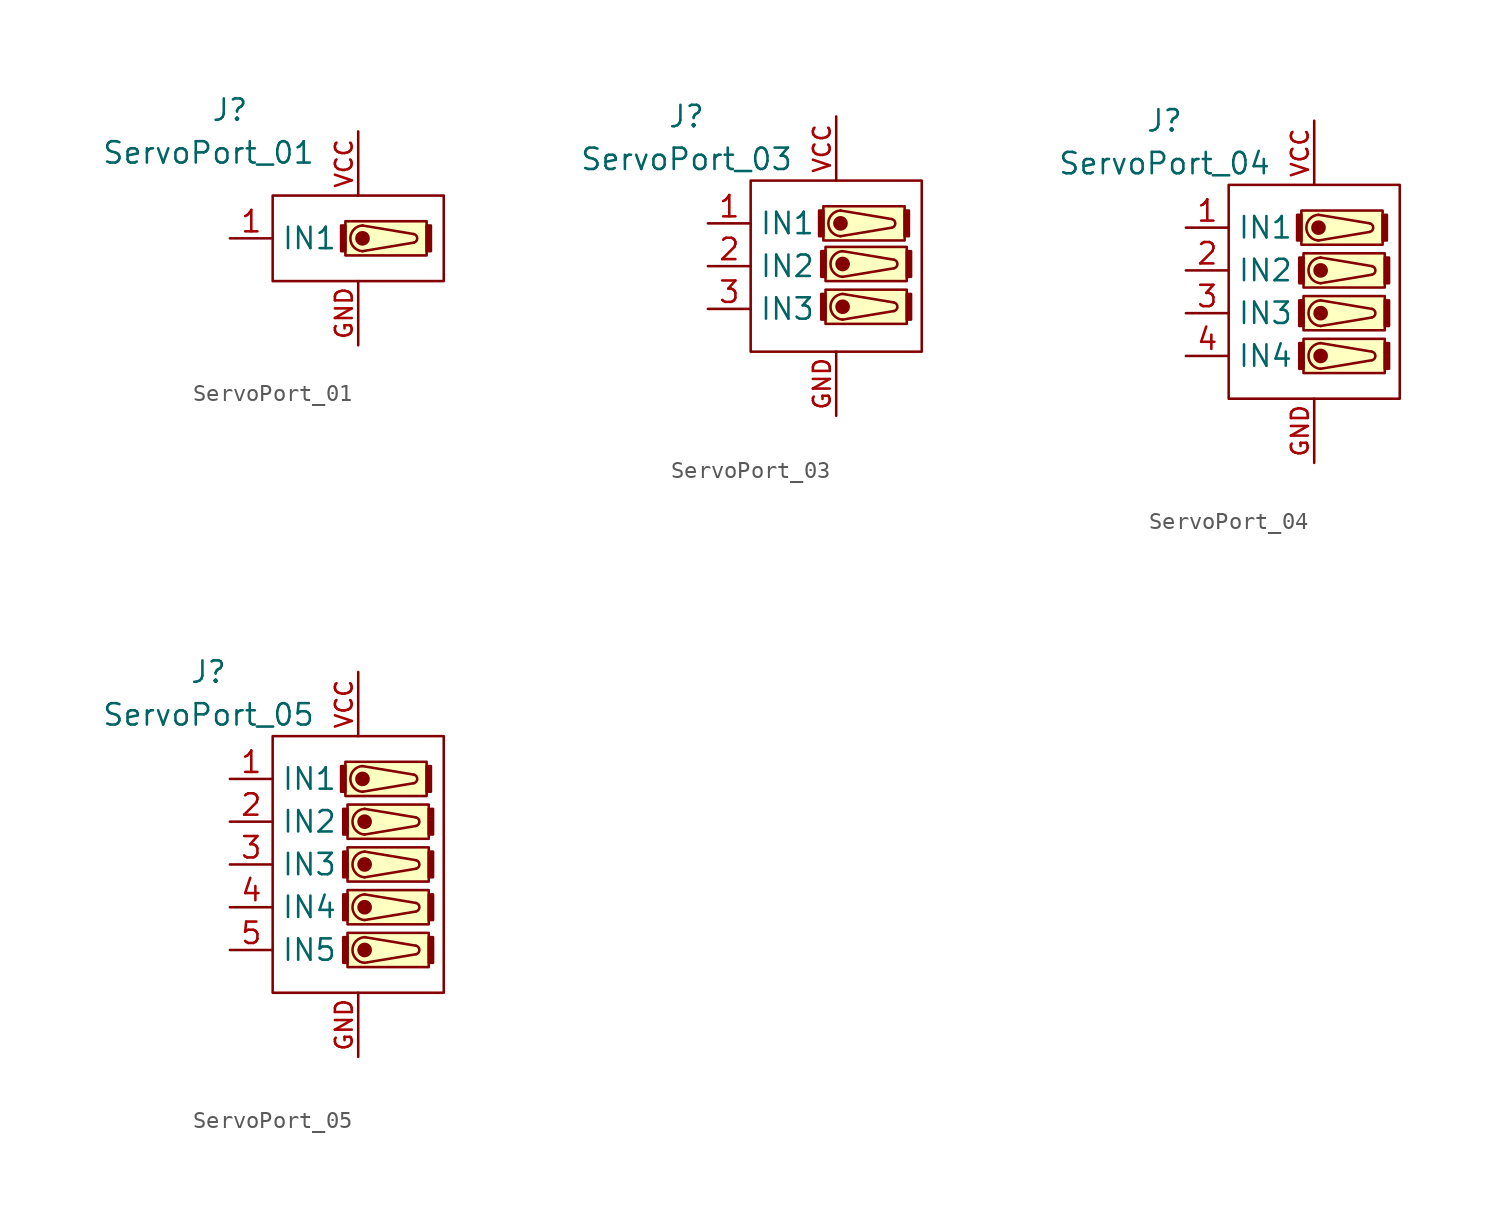
<source format=kicad_sym>
(kicad_symbol_lib
  (version 20220914)
  (generator kicad_symbol_editor)
  (symbol "ServoPort_01"
    (property "Reference" "J"
      (at -7.62 7.62 0)
      (effects (font (size 1.27 1.27))))
    (property "Value" "ServoPort_01"
      (at -8.89 5.08 0)
      (effects (font (size 1.27 1.27))))
    (symbol "ServoPort_01_0_1"
      (rectangle (start -5.08 2.54) (end 5.08 -2.54) (stroke (width 0) (type default)) (fill (type none)))
      (rectangle (start -0.762 0.762) (end -1.016 -0.762) (stroke (width 0) (type default)) (fill (type outline)))
      (rectangle (start -0.762 1.016) (end 4.064 -1.016) (stroke (width 0) (type default)) (fill (type background)))
      (polyline (pts (xy 0.254 0.762) (xy 3.302 0.254)) (stroke (width 0) (type default)) (fill (type none)))
      (polyline (pts (xy 3.302 -0.254) (xy 0.254 -0.762)) (stroke (width 0) (type default)) (fill (type none)))
      (circle (center 0.254 0) (radius 0.359) (stroke (width 0) (type default)) (fill (type outline)))
      (arc (start 0.254 0.762) (mid -0.4664 0) (end 0.254 -0.762) (stroke (width 0) (type default)) (fill (type none)))
      (arc (start 3.302 -0.254) (mid 3.5069 0) (end 3.302 0.254) (stroke (width 0) (type default)) (fill (type none)))
      (rectangle (start 4.064 0.762) (end 4.318 -0.762) (stroke (width 0) (type default)) (fill (type outline))))
    (symbol "ServoPort_01_1_1"
      (pin input line (at -7.62 0 0) (length 2.54) (name "IN1" (effects (font (size 1.27 1.27)))) (number "1" (effects (font (size 1.27 1.27)))))
      (pin power_in line (at 0 -6.35 90) (length 3.81) (name "" (effects (font (size 1 1)))) (number "GND" (effects (font (size 1 1)))))
      (pin power_in line (at 0 6.35 270) (length 3.81) (name "" (effects (font (size 1 1)))) (number "VCC" (effects (font (size 1 1)))))))
  (symbol "ServoPort_03"
    (property "Reference" "J"
      (at -8.89 8.89 0)
      (effects (font (size 1.27 1.27))))
    (property "Value" "ServoPort_03"
      (at -8.89 6.35 0)
      (effects (font (size 1.27 1.27))))
    (symbol "ServoPort_03_0_1"
      (rectangle (start -5.08 5.08) (end 5.08 -5.08) (stroke (width 0) (type default)) (fill (type none)))
      (rectangle (start -0.762 3.302) (end -1.016 1.778) (stroke (width 0) (type default)) (fill (type outline)))
      (rectangle (start -0.762 3.556) (end 4.064 1.524) (stroke (width 0) (type default)) (fill (type background)))
      (rectangle (start -0.635 -1.651) (end -0.889 -3.175) (stroke (width 0) (type default)) (fill (type outline)))
      (rectangle (start -0.635 -1.397) (end 4.191 -3.429) (stroke (width 0) (type default)) (fill (type background)))
      (rectangle (start -0.635 0.889) (end -0.889 -0.635) (stroke (width 0) (type default)) (fill (type outline)))
      (rectangle (start -0.635 1.143) (end 4.191 -0.889) (stroke (width 0) (type default)) (fill (type background)))
      (polyline (pts (xy 0.254 3.302) (xy 3.302 2.794)) (stroke (width 0) (type default)) (fill (type none)))
      (polyline (pts (xy 0.381 -1.651) (xy 3.429 -2.159)) (stroke (width 0) (type default)) (fill (type none)))
      (polyline (pts (xy 0.381 0.889) (xy 3.429 0.381)) (stroke (width 0) (type default)) (fill (type none)))
      (polyline (pts (xy 3.302 2.286) (xy 0.254 1.778)) (stroke (width 0) (type default)) (fill (type none)))
      (polyline (pts (xy 3.429 -2.667) (xy 0.381 -3.175)) (stroke (width 0) (type default)) (fill (type none)))
      (polyline (pts (xy 3.429 -0.127) (xy 0.381 -0.635)) (stroke (width 0) (type default)) (fill (type none)))
      (circle (center 0.254 2.54) (radius 0.359) (stroke (width 0) (type default)) (fill (type outline)))
      (arc (start 0.254 3.302) (mid -0.4664 2.54) (end 0.254 1.778) (stroke (width 0) (type default)) (fill (type none)))
      (circle (center 0.381 -2.413) (radius 0.359) (stroke (width 0) (type default)) (fill (type outline)))
      (arc (start 0.381 -1.651) (mid -0.3394 -2.413) (end 0.381 -3.175) (stroke (width 0) (type default)) (fill (type none)))
      (circle (center 0.381 0.127) (radius 0.359) (stroke (width 0) (type default)) (fill (type outline)))
      (arc (start 0.381 0.889) (mid -0.3394 0.127) (end 0.381 -0.635) (stroke (width 0) (type default)) (fill (type none)))
      (arc (start 3.302 2.286) (mid 3.5069 2.54) (end 3.302 2.794) (stroke (width 0) (type default)) (fill (type none)))
      (arc (start 3.429 -2.667) (mid 3.6339 -2.413) (end 3.429 -2.159) (stroke (width 0) (type default)) (fill (type none)))
      (arc (start 3.429 -0.127) (mid 3.6339 0.127) (end 3.429 0.381) (stroke (width 0) (type default)) (fill (type none)))
      (rectangle (start 4.064 3.302) (end 4.318 1.778) (stroke (width 0) (type default)) (fill (type outline)))
      (rectangle (start 4.191 -1.651) (end 4.445 -3.175) (stroke (width 0) (type default)) (fill (type outline)))
      (rectangle (start 4.191 0.889) (end 4.445 -0.635) (stroke (width 0) (type default)) (fill (type outline))))
    (symbol "ServoPort_03_1_1"
      (pin input line (at -7.62 2.54 0) (length 2.54) (name "IN1" (effects (font (size 1.27 1.27)))) (number "1" (effects (font (size 1.27 1.27)))))
      (pin input line (at -7.62 0 0) (length 2.54) (name "IN2" (effects (font (size 1.27 1.27)))) (number "2" (effects (font (size 1.27 1.27)))))
      (pin input line (at -7.62 -2.54 0) (length 2.54) (name "IN3" (effects (font (size 1.27 1.27)))) (number "3" (effects (font (size 1.27 1.27)))))
      (pin power_in line (at 0 -8.89 90) (length 3.81) (name "" (effects (font (size 1 1)))) (number "GND" (effects (font (size 1 1)))))
      (pin power_in line (at 0 8.89 270) (length 3.81) (name "" (effects (font (size 1 1)))) (number "VCC" (effects (font (size 1 1)))))))
  (symbol "ServoPort_04"
    (property "Reference" "J"
      (at -8.89 10.16 0)
      (effects (font (size 1.27 1.27))))
    (property "Value" "ServoPort_04"
      (at -8.89 7.62 0)
      (effects (font (size 1.27 1.27))))
    (symbol "ServoPort_04_0_1"
      (rectangle (start -5.08 6.35) (end 5.08 -6.35) (stroke (width 0) (type default)) (fill (type none)))
      (rectangle (start -0.762 4.572) (end -1.016 3.048) (stroke (width 0) (type default)) (fill (type outline)))
      (rectangle (start -0.762 4.826) (end 4.064 2.794) (stroke (width 0) (type default)) (fill (type background)))
      (rectangle (start -0.635 -3.048) (end -0.889 -4.572) (stroke (width 0) (type default)) (fill (type outline)))
      (rectangle (start -0.635 -2.794) (end 4.191 -4.826) (stroke (width 0) (type default)) (fill (type background)))
      (rectangle (start -0.635 -0.508) (end -0.889 -2.032) (stroke (width 0) (type default)) (fill (type outline)))
      (rectangle (start -0.635 -0.254) (end 4.191 -2.286) (stroke (width 0) (type default)) (fill (type background)))
      (rectangle (start -0.635 2.032) (end -0.889 0.508) (stroke (width 0) (type default)) (fill (type outline)))
      (rectangle (start -0.635 2.286) (end 4.191 0.254) (stroke (width 0) (type default)) (fill (type background)))
      (polyline (pts (xy 0.254 4.572) (xy 3.302 4.064)) (stroke (width 0) (type default)) (fill (type none)))
      (polyline (pts (xy 0.381 -3.048) (xy 3.429 -3.556)) (stroke (width 0) (type default)) (fill (type none)))
      (polyline (pts (xy 0.381 -0.508) (xy 3.429 -1.016)) (stroke (width 0) (type default)) (fill (type none)))
      (polyline (pts (xy 0.381 2.032) (xy 3.429 1.524)) (stroke (width 0) (type default)) (fill (type none)))
      (polyline (pts (xy 3.302 3.556) (xy 0.254 3.048)) (stroke (width 0) (type default)) (fill (type none)))
      (polyline (pts (xy 3.429 -4.064) (xy 0.381 -4.572)) (stroke (width 0) (type default)) (fill (type none)))
      (polyline (pts (xy 3.429 -1.524) (xy 0.381 -2.032)) (stroke (width 0) (type default)) (fill (type none)))
      (polyline (pts (xy 3.429 1.016) (xy 0.381 0.508)) (stroke (width 0) (type default)) (fill (type none)))
      (circle (center 0.254 3.81) (radius 0.359) (stroke (width 0) (type default)) (fill (type outline)))
      (arc (start 0.254 4.572) (mid -0.4664 3.81) (end 0.254 3.048) (stroke (width 0) (type default)) (fill (type none)))
      (circle (center 0.381 -3.81) (radius 0.359) (stroke (width 0) (type default)) (fill (type outline)))
      (arc (start 0.381 -3.048) (mid -0.3394 -3.81) (end 0.381 -4.572) (stroke (width 0) (type default)) (fill (type none)))
      (circle (center 0.381 -1.27) (radius 0.359) (stroke (width 0) (type default)) (fill (type outline)))
      (arc (start 0.381 -0.508) (mid -0.3394 -1.27) (end 0.381 -2.032) (stroke (width 0) (type default)) (fill (type none)))
      (circle (center 0.381 1.27) (radius 0.359) (stroke (width 0) (type default)) (fill (type outline)))
      (arc (start 0.381 2.032) (mid -0.3394 1.27) (end 0.381 0.508) (stroke (width 0) (type default)) (fill (type none)))
      (arc (start 3.302 3.556) (mid 3.5069 3.81) (end 3.302 4.064) (stroke (width 0) (type default)) (fill (type none)))
      (arc (start 3.429 -4.064) (mid 3.6339 -3.81) (end 3.429 -3.556) (stroke (width 0) (type default)) (fill (type none)))
      (arc (start 3.429 -1.524) (mid 3.6339 -1.27) (end 3.429 -1.016) (stroke (width 0) (type default)) (fill (type none)))
      (arc (start 3.429 1.016) (mid 3.6339 1.27) (end 3.429 1.524) (stroke (width 0) (type default)) (fill (type none)))
      (rectangle (start 4.064 4.572) (end 4.318 3.048) (stroke (width 0) (type default)) (fill (type outline)))
      (rectangle (start 4.191 -3.048) (end 4.445 -4.572) (stroke (width 0) (type default)) (fill (type outline)))
      (rectangle (start 4.191 -0.508) (end 4.445 -2.032) (stroke (width 0) (type default)) (fill (type outline)))
      (rectangle (start 4.191 2.032) (end 4.445 0.508) (stroke (width 0) (type default)) (fill (type outline))))
    (symbol "ServoPort_04_1_1"
      (pin input line (at -7.62 3.81 0) (length 2.54) (name "IN1" (effects (font (size 1.27 1.27)))) (number "1" (effects (font (size 1.27 1.27)))))
      (pin input line (at -7.62 1.27 0) (length 2.54) (name "IN2" (effects (font (size 1.27 1.27)))) (number "2" (effects (font (size 1.27 1.27)))))
      (pin input line (at -7.62 -1.27 0) (length 2.54) (name "IN3" (effects (font (size 1.27 1.27)))) (number "3" (effects (font (size 1.27 1.27)))))
      (pin input line (at -7.62 -3.81 0) (length 2.54) (name "IN4" (effects (font (size 1.27 1.27)))) (number "4" (effects (font (size 1.27 1.27)))))
      (pin power_in line (at 0 -10.16 90) (length 3.81) (name "" (effects (font (size 1 1)))) (number "GND" (effects (font (size 1 1)))))
      (pin power_in line (at 0 10.16 270) (length 3.81) (name "" (effects (font (size 1 1)))) (number "VCC" (effects (font (size 1 1)))))))
  (symbol "ServoPort_05"
    (property "Reference" "J"
      (at -8.89 11.43 0)
      (effects (font (size 1.27 1.27))))
    (property "Value" "ServoPort_05"
      (at -8.89 8.89 0)
      (effects (font (size 1.27 1.27))))
    (symbol "ServoPort_05_0_1"
      (rectangle (start -5.08 7.62) (end 5.08 -7.62) (stroke (width 0) (type default)) (fill (type none)))
      (rectangle (start -0.762 5.842) (end -1.016 4.318) (stroke (width 0) (type default)) (fill (type outline)))
      (rectangle (start -0.762 6.096) (end 4.064 4.064) (stroke (width 0) (type default)) (fill (type background)))
      (rectangle (start -0.635 -4.318) (end -0.889 -5.842) (stroke (width 0) (type default)) (fill (type outline)))
      (rectangle (start -0.635 -4.064) (end 4.191 -6.096) (stroke (width 0) (type default)) (fill (type background)))
      (rectangle (start -0.635 -1.778) (end -0.889 -3.302) (stroke (width 0) (type default)) (fill (type outline)))
      (rectangle (start -0.635 -1.524) (end 4.191 -3.556) (stroke (width 0) (type default)) (fill (type background)))
      (rectangle (start -0.635 0.762) (end -0.889 -0.762) (stroke (width 0) (type default)) (fill (type outline)))
      (rectangle (start -0.635 1.016) (end 4.191 -1.016) (stroke (width 0) (type default)) (fill (type background)))
      (rectangle (start -0.635 3.302) (end -0.889 1.778) (stroke (width 0) (type default)) (fill (type outline)))
      (rectangle (start -0.635 3.556) (end 4.191 1.524) (stroke (width 0) (type default)) (fill (type background)))
      (polyline (pts (xy 0.254 5.842) (xy 3.302 5.334)) (stroke (width 0) (type default)) (fill (type none)))
      (polyline (pts (xy 0.381 -4.318) (xy 3.429 -4.826)) (stroke (width 0) (type default)) (fill (type none)))
      (polyline (pts (xy 0.381 -1.778) (xy 3.429 -2.286)) (stroke (width 0) (type default)) (fill (type none)))
      (polyline (pts (xy 0.381 0.762) (xy 3.429 0.254)) (stroke (width 0) (type default)) (fill (type none)))
      (polyline (pts (xy 0.381 3.302) (xy 3.429 2.794)) (stroke (width 0) (type default)) (fill (type none)))
      (polyline (pts (xy 3.302 4.826) (xy 0.254 4.318)) (stroke (width 0) (type default)) (fill (type none)))
      (polyline (pts (xy 3.429 -5.334) (xy 0.381 -5.842)) (stroke (width 0) (type default)) (fill (type none)))
      (polyline (pts (xy 3.429 -2.794) (xy 0.381 -3.302)) (stroke (width 0) (type default)) (fill (type none)))
      (polyline (pts (xy 3.429 -0.254) (xy 0.381 -0.762)) (stroke (width 0) (type default)) (fill (type none)))
      (polyline (pts (xy 3.429 2.286) (xy 0.381 1.778)) (stroke (width 0) (type default)) (fill (type none)))
      (circle (center 0.254 5.08) (radius 0.359) (stroke (width 0) (type default)) (fill (type outline)))
      (arc (start 0.254 5.842) (mid -0.4664 5.08) (end 0.254 4.318) (stroke (width 0) (type default)) (fill (type none)))
      (circle (center 0.381 -5.08) (radius 0.359) (stroke (width 0) (type default)) (fill (type outline)))
      (arc (start 0.381 -4.318) (mid -0.3394 -5.08) (end 0.381 -5.842) (stroke (width 0) (type default)) (fill (type none)))
      (circle (center 0.381 -2.54) (radius 0.359) (stroke (width 0) (type default)) (fill (type outline)))
      (arc (start 0.381 -1.778) (mid -0.3394 -2.54) (end 0.381 -3.302) (stroke (width 0) (type default)) (fill (type none)))
      (circle (center 0.381 0) (radius 0.359) (stroke (width 0) (type default)) (fill (type outline)))
      (arc (start 0.381 0.762) (mid -0.3394 0) (end 0.381 -0.762) (stroke (width 0) (type default)) (fill (type none)))
      (circle (center 0.381 2.54) (radius 0.359) (stroke (width 0) (type default)) (fill (type outline)))
      (arc (start 0.381 3.302) (mid -0.3394 2.54) (end 0.381 1.778) (stroke (width 0) (type default)) (fill (type none)))
      (arc (start 3.302 4.826) (mid 3.5069 5.08) (end 3.302 5.334) (stroke (width 0) (type default)) (fill (type none)))
      (arc (start 3.429 -5.334) (mid 3.6339 -5.08) (end 3.429 -4.826) (stroke (width 0) (type default)) (fill (type none)))
      (arc (start 3.429 -2.794) (mid 3.6339 -2.54) (end 3.429 -2.286) (stroke (width 0) (type default)) (fill (type none)))
      (arc (start 3.429 -0.254) (mid 3.6339 0) (end 3.429 0.254) (stroke (width 0) (type default)) (fill (type none)))
      (arc (start 3.429 2.286) (mid 3.6339 2.54) (end 3.429 2.794) (stroke (width 0) (type default)) (fill (type none)))
      (rectangle (start 4.064 5.842) (end 4.318 4.318) (stroke (width 0) (type default)) (fill (type outline)))
      (rectangle (start 4.191 -4.318) (end 4.445 -5.842) (stroke (width 0) (type default)) (fill (type outline)))
      (rectangle (start 4.191 -1.778) (end 4.445 -3.302) (stroke (width 0) (type default)) (fill (type outline)))
      (rectangle (start 4.191 0.762) (end 4.445 -0.762) (stroke (width 0) (type default)) (fill (type outline)))
      (rectangle (start 4.191 3.302) (end 4.445 1.778) (stroke (width 0) (type default)) (fill (type outline))))
    (symbol "ServoPort_05_1_1"
      (pin input line (at -7.62 5.08 0) (length 2.54) (name "IN1" (effects (font (size 1.27 1.27)))) (number "1" (effects (font (size 1.27 1.27)))))
      (pin input line (at -7.62 2.54 0) (length 2.54) (name "IN2" (effects (font (size 1.27 1.27)))) (number "2" (effects (font (size 1.27 1.27)))))
      (pin input line (at -7.62 0 0) (length 2.54) (name "IN3" (effects (font (size 1.27 1.27)))) (number "3" (effects (font (size 1.27 1.27)))))
      (pin input line (at -7.62 -2.54 0) (length 2.54) (name "IN4" (effects (font (size 1.27 1.27)))) (number "4" (effects (font (size 1.27 1.27)))))
      (pin input line (at -7.62 -5.08 0) (length 2.54) (name "IN5" (effects (font (size 1.27 1.27)))) (number "5" (effects (font (size 1.27 1.27)))))
      (pin power_in line (at 0 -11.43 90) (length 3.81) (name "" (effects (font (size 1 1)))) (number "GND" (effects (font (size 1 1)))))
      (pin power_in line (at 0 11.43 270) (length 3.81) (name "" (effects (font (size 1 1)))) (number "VCC" (effects (font (size 1 1))))))))
</source>
